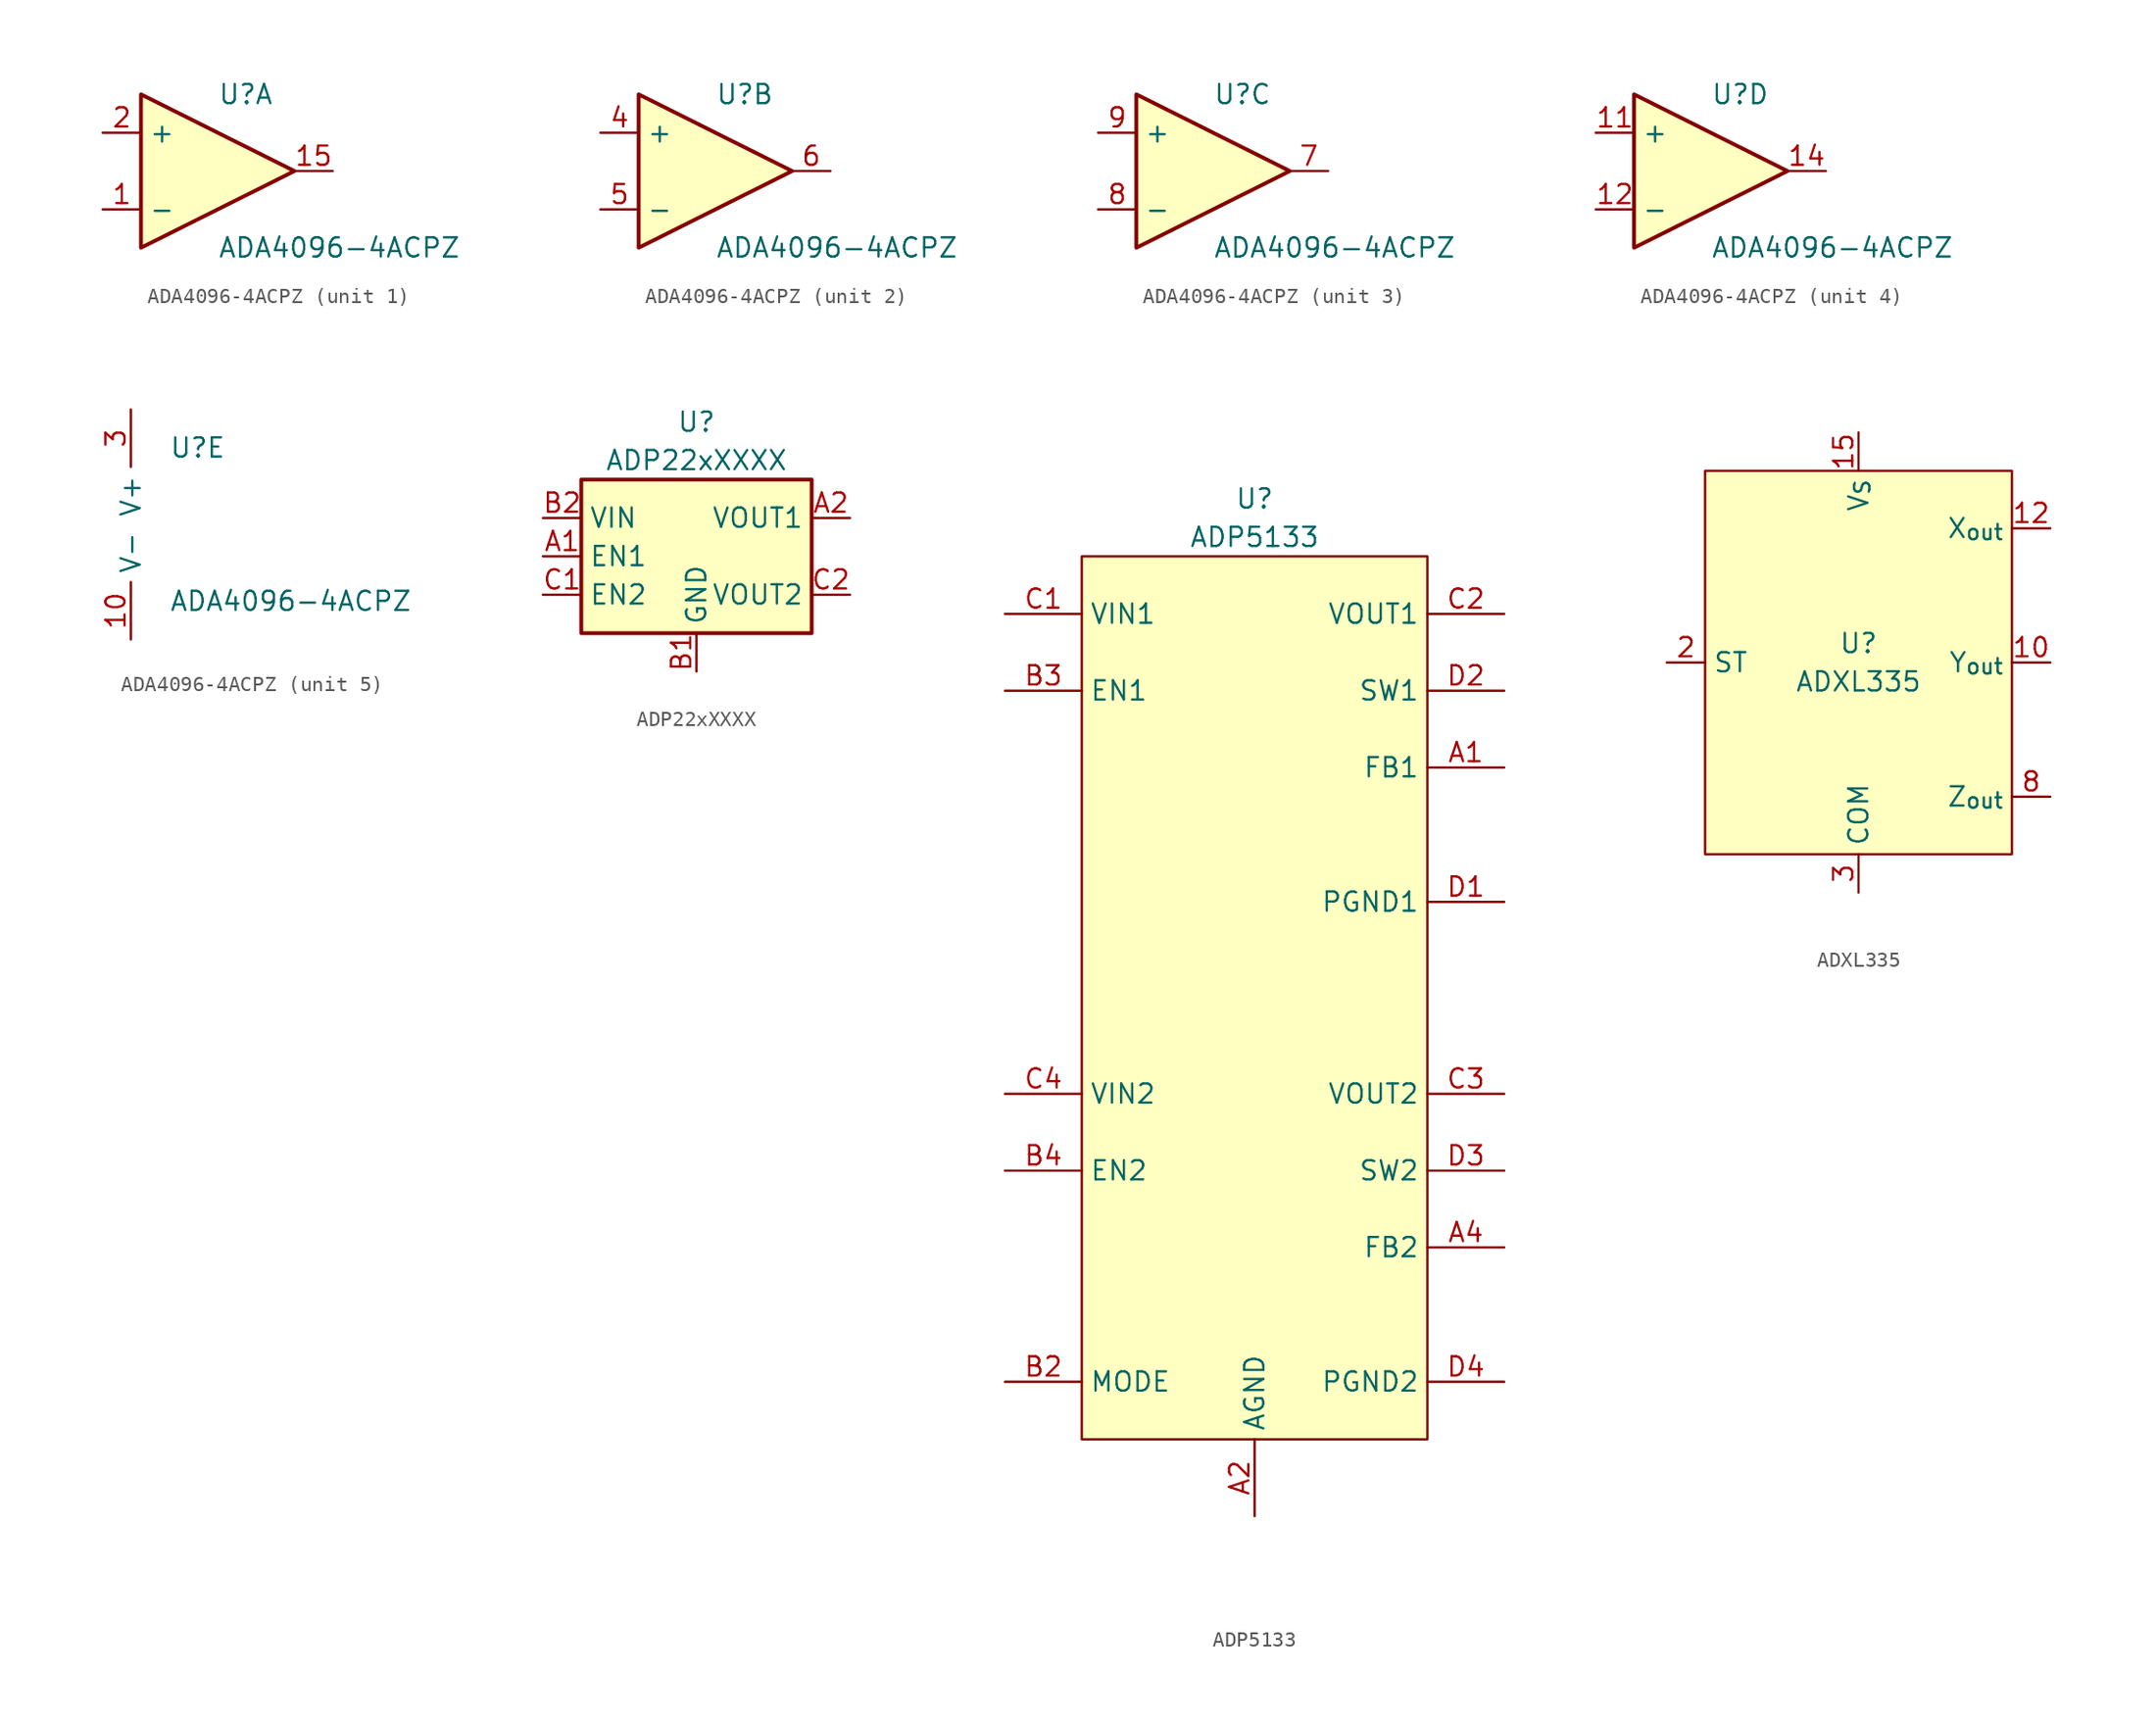
<source format=kicad_sym>
(kicad_symbol_lib
  (version 20220914)
  (generator kicad_symbol_editor)
  (symbol "ADA4096-4ACPZ"
    (property "Reference" "U"
      (at 0 5.08 0)
      (effects (font (size 1.27 1.27)) (justify left)))
    (property "Value" "ADA4096-4ACPZ"
      (at 0 -5.08 0)
      (effects (font (size 1.27 1.27)) (justify left)))
    (property "ki_locked" ""
      (at 0 0 0)
      (effects (font (size 1.27 1.27))))
    (symbol "ADA4096-4ACPZ_1_1"
      (polyline (pts (xy -5.08 5.08) (xy 5.08 0) (xy -5.08 -5.08) (xy -5.08 5.08)) (stroke (width 0.254) (type default)) (fill (type background)))
      (pin input line (at -7.62 -2.54 0) (length 2.54) (name "-" (effects (font (size 1.27 1.27)))) (number "1" (effects (font (size 1.27 1.27)))))
      (pin output line (at 7.62 0 180) (length 2.54) (name "~" (effects (font (size 1.27 1.27)))) (number "15" (effects (font (size 1.27 1.27)))))
      (pin input line (at -7.62 2.54 0) (length 2.54) (name "+" (effects (font (size 1.27 1.27)))) (number "2" (effects (font (size 1.27 1.27))))))
    (symbol "ADA4096-4ACPZ_2_1"
      (polyline (pts (xy -5.08 5.08) (xy 5.08 0) (xy -5.08 -5.08) (xy -5.08 5.08)) (stroke (width 0.254) (type default)) (fill (type background)))
      (pin input line (at -7.62 2.54 0) (length 2.54) (name "+" (effects (font (size 1.27 1.27)))) (number "4" (effects (font (size 1.27 1.27)))))
      (pin input line (at -7.62 -2.54 0) (length 2.54) (name "-" (effects (font (size 1.27 1.27)))) (number "5" (effects (font (size 1.27 1.27)))))
      (pin output line (at 7.62 0 180) (length 2.54) (name "~" (effects (font (size 1.27 1.27)))) (number "6" (effects (font (size 1.27 1.27))))))
    (symbol "ADA4096-4ACPZ_3_1"
      (polyline (pts (xy -5.08 5.08) (xy 5.08 0) (xy -5.08 -5.08) (xy -5.08 5.08)) (stroke (width 0.254) (type default)) (fill (type background)))
      (pin output line (at 7.62 0 180) (length 2.54) (name "~" (effects (font (size 1.27 1.27)))) (number "7" (effects (font (size 1.27 1.27)))))
      (pin input line (at -7.62 -2.54 0) (length 2.54) (name "-" (effects (font (size 1.27 1.27)))) (number "8" (effects (font (size 1.27 1.27)))))
      (pin input line (at -7.62 2.54 0) (length 2.54) (name "+" (effects (font (size 1.27 1.27)))) (number "9" (effects (font (size 1.27 1.27))))))
    (symbol "ADA4096-4ACPZ_4_1"
      (polyline (pts (xy -5.08 5.08) (xy 5.08 0) (xy -5.08 -5.08) (xy -5.08 5.08)) (stroke (width 0.254) (type default)) (fill (type background)))
      (pin input line (at -7.62 2.54 0) (length 2.54) (name "+" (effects (font (size 1.27 1.27)))) (number "11" (effects (font (size 1.27 1.27)))))
      (pin input line (at -7.62 -2.54 0) (length 2.54) (name "-" (effects (font (size 1.27 1.27)))) (number "12" (effects (font (size 1.27 1.27)))))
      (pin output line (at 7.62 0 180) (length 2.54) (name "~" (effects (font (size 1.27 1.27)))) (number "14" (effects (font (size 1.27 1.27))))))
    (symbol "ADA4096-4ACPZ_5_0"
      (pin no_connect line (at -2.54 -1.27 180) (length 2.54) hide (name "NIC" (effects (font (size 1.27 1.27)))) (number "13" (effects (font (size 1.27 1.27)))))
      (pin no_connect line (at -2.54 0 180) (length 2.54) hide (name "NIC" (effects (font (size 1.27 1.27)))) (number "16" (effects (font (size 1.27 1.27)))))
      (pin passive line (at -2.54 -7.62 90) (length 3.81) hide (name "V-" (effects (font (size 1.27 1.27)))) (number "17" (effects (font (size 1.27 1.27))))))
    (symbol "ADA4096-4ACPZ_5_1"
      (pin power_in line (at -2.54 -7.62 90) (length 3.81) (name "V-" (effects (font (size 1.27 1.27)))) (number "10" (effects (font (size 1.27 1.27)))))
      (pin power_in line (at -2.54 7.62 270) (length 3.81) (name "V+" (effects (font (size 1.27 1.27)))) (number "3" (effects (font (size 1.27 1.27)))))))
  (symbol "ADP22xXXXX"
    (property "Reference" "U"
      (at 0 8.89 0)
      (effects (font (size 1.27 1.27))))
    (property "Value" "ADP22xXXXX"
      (at 0 6.35 0)
      (effects (font (size 1.27 1.27))))
    (symbol "ADP22xXXXX_0_1"
      (rectangle (start -7.62 5.08) (end 7.62 -5.08) (stroke (width 0.254) (type default)) (fill (type background))))
    (symbol "ADP22xXXXX_1_1"
      (pin input line (at -10.16 0 0) (length 2.54) (name "EN1" (effects (font (size 1.27 1.27)))) (number "A1" (effects (font (size 1.27 1.27)))))
      (pin power_out line (at 10.16 2.54 180) (length 2.54) (name "VOUT1" (effects (font (size 1.27 1.27)))) (number "A2" (effects (font (size 1.27 1.27)))))
      (pin power_in line (at 0 -7.62 90) (length 2.54) (name "GND" (effects (font (size 1.27 1.27)))) (number "B1" (effects (font (size 1.27 1.27)))))
      (pin power_in line (at -10.16 2.54 0) (length 2.54) (name "VIN" (effects (font (size 1.27 1.27)))) (number "B2" (effects (font (size 1.27 1.27)))))
      (pin input line (at -10.16 -2.54 0) (length 2.54) (name "EN2" (effects (font (size 1.27 1.27)))) (number "C1" (effects (font (size 1.27 1.27)))))
      (pin power_out line (at 10.16 -2.54 180) (length 2.54) (name "VOUT2" (effects (font (size 1.27 1.27)))) (number "C2" (effects (font (size 1.27 1.27)))))))
  (symbol "ADP5133"
    (property "Reference" "U"
      (at 0 33.02 0)
      (effects (font (size 1.27 1.27))))
    (property "Value" "ADP5133"
      (at 0 30.48 0)
      (effects (font (size 1.27 1.27))))
    (symbol "ADP5133_0_1"
      (rectangle (start -11.43 29.21) (end 11.43 -29.21) (stroke (width 0) (type default)) (fill (type background))))
    (symbol "ADP5133_1_0"
      (pin passive line (at 0 -34.29 90) (length 5.08) hide (name "AGND" (effects (font (size 1.27 1.27)))) (number "A3" (effects (font (size 1.27 1.27)))))
      (pin passive line (at 0 -34.29 90) (length 5.08) hide (name "AGND" (effects (font (size 1.27 1.27)))) (number "B1" (effects (font (size 1.27 1.27))))))
    (symbol "ADP5133_1_1"
      (pin input line (at 16.51 15.24 180) (length 5.08) (name "FB1" (effects (font (size 1.27 1.27)))) (number "A1" (effects (font (size 1.27 1.27)))))
      (pin power_in line (at 0 -34.29 90) (length 5.08) (name "AGND" (effects (font (size 1.27 1.27)))) (number "A2" (effects (font (size 1.27 1.27)))))
      (pin input line (at 16.51 -16.51 180) (length 5.08) (name "FB2" (effects (font (size 1.27 1.27)))) (number "A4" (effects (font (size 1.27 1.27)))))
      (pin input line (at -16.51 -25.4 0) (length 5.08) (name "MODE" (effects (font (size 1.27 1.27)))) (number "B2" (effects (font (size 1.27 1.27)))))
      (pin input line (at -16.51 20.32 0) (length 5.08) (name "EN1" (effects (font (size 1.27 1.27)))) (number "B3" (effects (font (size 1.27 1.27)))))
      (pin input line (at -16.51 -11.43 0) (length 5.08) (name "EN2" (effects (font (size 1.27 1.27)))) (number "B4" (effects (font (size 1.27 1.27)))))
      (pin power_in line (at -16.51 25.4 0) (length 5.08) (name "VIN1" (effects (font (size 1.27 1.27)))) (number "C1" (effects (font (size 1.27 1.27)))))
      (pin power_out line (at 16.51 25.4 180) (length 5.08) (name "VOUT1" (effects (font (size 1.27 1.27)))) (number "C2" (effects (font (size 1.27 1.27)))))
      (pin power_out line (at 16.51 -6.35 180) (length 5.08) (name "VOUT2" (effects (font (size 1.27 1.27)))) (number "C3" (effects (font (size 1.27 1.27)))))
      (pin power_in line (at -16.51 -6.35 0) (length 5.08) (name "VIN2" (effects (font (size 1.27 1.27)))) (number "C4" (effects (font (size 1.27 1.27)))))
      (pin power_in line (at 16.51 6.35 180) (length 5.08) (name "PGND1" (effects (font (size 1.27 1.27)))) (number "D1" (effects (font (size 1.27 1.27)))))
      (pin passive line (at 16.51 20.32 180) (length 5.08) (name "SW1" (effects (font (size 1.27 1.27)))) (number "D2" (effects (font (size 1.27 1.27)))))
      (pin passive line (at 16.51 -11.43 180) (length 5.08) (name "SW2" (effects (font (size 1.27 1.27)))) (number "D3" (effects (font (size 1.27 1.27)))))
      (pin power_in line (at 16.51 -25.4 180) (length 5.08) (name "PGND2" (effects (font (size 1.27 1.27)))) (number "D4" (effects (font (size 1.27 1.27)))))))
  (symbol "ADXL335"
    (property "Reference" "U"
      (at 0 1.27 0)
      (effects (font (size 1.27 1.27))))
    (property "Value" "ADXL335"
      (at 0 -1.27 0)
      (effects (font (size 1.27 1.27))))
    (symbol "ADXL335_0_0"
      (pin no_connect line (at 0 6.35 0) (length 2.54) hide (name "NC" (effects (font (size 1.27 1.27)))) (number "1" (effects (font (size 1.27 1.27)))))
      (pin output line (at 12.7 0 180) (length 2.54) (name "Y_{out}" (effects (font (size 1.27 1.27)))) (number "10" (effects (font (size 1.27 1.27)))))
      (pin output line (at 12.7 8.89 180) (length 2.54) (name "X_{out}" (effects (font (size 1.27 1.27)))) (number "12" (effects (font (size 1.27 1.27)))))
      (pin no_connect line (at 0 5.08 0) (length 2.54) hide (name "NC" (effects (font (size 1.27 1.27)))) (number "13" (effects (font (size 1.27 1.27)))))
      (pin passive line (at 0 15.24 270) (length 2.54) hide (name "V_{S}" (effects (font (size 1.27 1.27)))) (number "15" (effects (font (size 1.27 1.27)))))
      (pin power_in line (at 0 15.24 270) (length 2.54) (name "V_{S}" (effects (font (size 1.27 1.27)))) (number "15" (effects (font (size 1.27 1.27)))))
      (pin no_connect line (at 0 3.81 0) (length 2.54) hide (name "NC" (effects (font (size 1.27 1.27)))) (number "16" (effects (font (size 1.27 1.27)))))
      (pin no_connect line (at 0 7.62 0) (length 2.54) hide (name "EP" (effects (font (size 1.27 1.27)))) (number "17" (effects (font (size 1.27 1.27)))))
      (pin input line (at -12.7 0 0) (length 2.54) (name "ST" (effects (font (size 1.27 1.27)))) (number "2" (effects (font (size 1.27 1.27)))))
      (pin power_in line (at 0 -15.24 90) (length 2.54) (name "COM" (effects (font (size 1.27 1.27)))) (number "3" (effects (font (size 1.27 1.27)))))
      (pin no_connect line (at 0 2.54 0) (length 2.54) hide (name "NC" (effects (font (size 1.27 1.27)))) (number "4" (effects (font (size 1.27 1.27)))))
      (pin passive line (at 0 -15.24 90) (length 2.54) hide (name "COM" (effects (font (size 1.27 1.27)))) (number "5" (effects (font (size 1.27 1.27)))))
      (pin passive line (at 0 -15.24 90) (length 2.54) hide (name "COM" (effects (font (size 1.27 1.27)))) (number "6" (effects (font (size 1.27 1.27)))))
      (pin passive line (at 0 -15.24 90) (length 2.54) hide (name "COM" (effects (font (size 1.27 1.27)))) (number "7" (effects (font (size 1.27 1.27)))))
      (pin output line (at 12.7 -8.89 180) (length 2.54) (name "Z_{out}" (effects (font (size 1.27 1.27)))) (number "8" (effects (font (size 1.27 1.27)))))
      (pin no_connect line (at 0 1.27 0) (length 2.54) hide (name "NC" (effects (font (size 1.27 1.27)))) (number "9" (effects (font (size 1.27 1.27))))))
    (symbol "ADXL335_0_1"
      (rectangle (start -10.16 12.7) (end 10.16 -12.7) (stroke (width 0) (type default)) (fill (type background))))))
</source>
